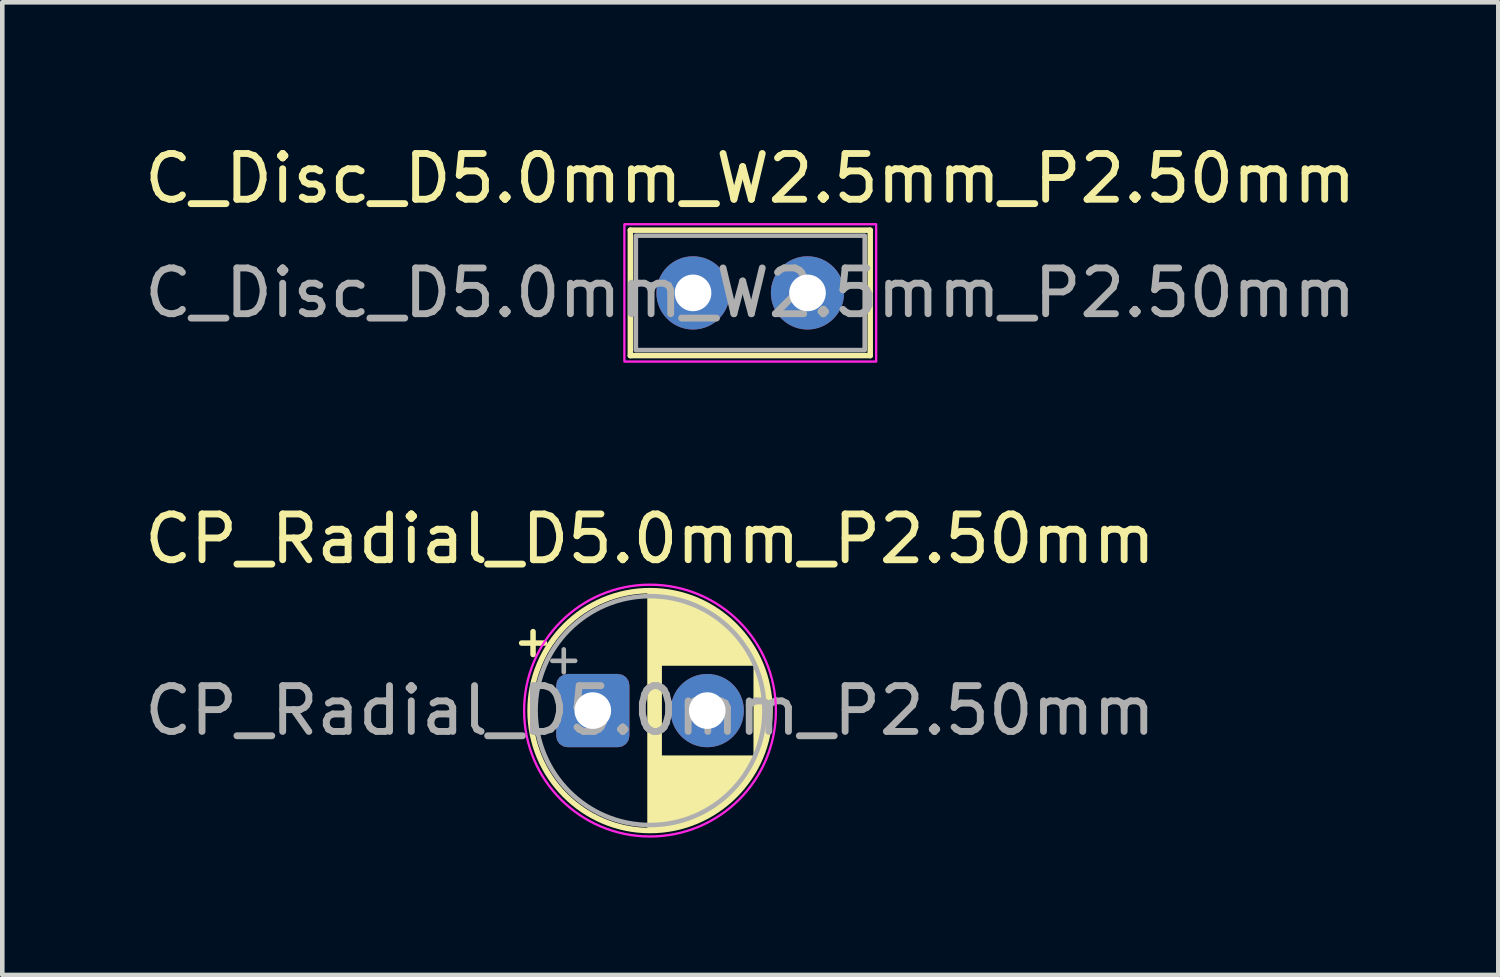
<source format=kicad_pcb>
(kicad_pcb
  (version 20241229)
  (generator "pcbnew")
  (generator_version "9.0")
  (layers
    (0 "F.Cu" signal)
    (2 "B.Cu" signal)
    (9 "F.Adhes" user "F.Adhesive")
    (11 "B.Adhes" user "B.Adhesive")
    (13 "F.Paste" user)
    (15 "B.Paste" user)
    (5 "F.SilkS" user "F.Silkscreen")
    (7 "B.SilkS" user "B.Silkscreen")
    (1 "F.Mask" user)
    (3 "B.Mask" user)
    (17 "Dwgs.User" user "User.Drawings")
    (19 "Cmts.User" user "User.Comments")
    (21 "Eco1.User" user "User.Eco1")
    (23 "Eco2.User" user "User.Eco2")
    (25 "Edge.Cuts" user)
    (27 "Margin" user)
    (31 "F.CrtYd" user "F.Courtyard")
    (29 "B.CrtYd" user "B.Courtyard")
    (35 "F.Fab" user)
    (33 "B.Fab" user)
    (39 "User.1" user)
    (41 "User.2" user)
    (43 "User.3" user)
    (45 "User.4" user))
  (footprint "CP_Radial_D5.0mm_P2.50mm"
    (layer "F.Cu")
    (at 9.899 12.472)
    (property "Reference" "CP_Radial_D5.0mm_P2.50mm" (at 1.25 -3.75 0) (layer "F.SilkS") (effects (font (size 1 1) (thickness 0.15))))
    (attr through_hole)
    (fp_line (start -1.555 -1.475) (end -1.055 -1.475) (stroke (width 0.12) (type solid)) (layer "F.SilkS"))
    (fp_line (start -1.305 -1.725) (end -1.305 -1.225) (stroke (width 0.12) (type solid)) (layer "F.SilkS"))
    (fp_line (start 1.25 -2.58) (end 1.25 2.58) (stroke (width 0.12) (type solid)) (layer "F.SilkS"))
    (fp_line (start 1.29 -2.58) (end 1.29 2.58) (stroke (width 0.12) (type solid)) (layer "F.SilkS"))
    (fp_line (start 1.33 -2.579) (end 1.33 2.579) (stroke (width 0.12) (type solid)) (layer "F.SilkS"))
    (fp_line (start 1.37 -2.577) (end 1.37 2.577) (stroke (width 0.12) (type solid)) (layer "F.SilkS"))
    (fp_line (start 1.41 -2.575) (end 1.41 2.575) (stroke (width 0.12) (type solid)) (layer "F.SilkS"))
    (fp_line (start 1.45 -2.572) (end 1.45 2.572) (stroke (width 0.12) (type solid)) (layer "F.SilkS"))
    (fp_line (start 1.49 -2.569) (end 1.49 -1.04) (stroke (width 0.12) (type solid)) (layer "F.SilkS"))
    (fp_line (start 1.49 1.04) (end 1.49 2.569) (stroke (width 0.12) (type solid)) (layer "F.SilkS"))
    (fp_line (start 1.53 -2.565) (end 1.53 -1.04) (stroke (width 0.12) (type solid)) (layer "F.SilkS"))
    (fp_line (start 1.53 1.04) (end 1.53 2.565) (stroke (width 0.12) (type solid)) (layer "F.SilkS"))
    (fp_line (start 1.57 -2.56) (end 1.57 -1.04) (stroke (width 0.12) (type solid)) (layer "F.SilkS"))
    (fp_line (start 1.57 1.04) (end 1.57 2.56) (stroke (width 0.12) (type solid)) (layer "F.SilkS"))
    (fp_line (start 1.61 -2.555) (end 1.61 -1.04) (stroke (width 0.12) (type solid)) (layer "F.SilkS"))
    (fp_line (start 1.61 1.04) (end 1.61 2.555) (stroke (width 0.12) (type solid)) (layer "F.SilkS"))
    (fp_line (start 1.65 -2.549) (end 1.65 -1.04) (stroke (width 0.12) (type solid)) (layer "F.SilkS"))
    (fp_line (start 1.65 1.04) (end 1.65 2.549) (stroke (width 0.12) (type solid)) (layer "F.SilkS"))
    (fp_line (start 1.69 -2.543) (end 1.69 -1.04) (stroke (width 0.12) (type solid)) (layer "F.SilkS"))
    (fp_line (start 1.69 1.04) (end 1.69 2.543) (stroke (width 0.12) (type solid)) (layer "F.SilkS"))
    (fp_line (start 1.73 -2.536) (end 1.73 -1.04) (stroke (width 0.12) (type solid)) (layer "F.SilkS"))
    (fp_line (start 1.73 1.04) (end 1.73 2.536) (stroke (width 0.12) (type solid)) (layer "F.SilkS"))
    (fp_line (start 1.77 -2.528) (end 1.77 -1.04) (stroke (width 0.12) (type solid)) (layer "F.SilkS"))
    (fp_line (start 1.77 1.04) (end 1.77 2.528) (stroke (width 0.12) (type solid)) (layer "F.SilkS"))
    (fp_line (start 1.81 -2.519) (end 1.81 -1.04) (stroke (width 0.12) (type solid)) (layer "F.SilkS"))
    (fp_line (start 1.81 1.04) (end 1.81 2.519) (stroke (width 0.12) (type solid)) (layer "F.SilkS"))
    (fp_line (start 1.85 -2.51) (end 1.85 -1.04) (stroke (width 0.12) (type solid)) (layer "F.SilkS"))
    (fp_line (start 1.85 1.04) (end 1.85 2.51) (stroke (width 0.12) (type solid)) (layer "F.SilkS"))
    (fp_line (start 1.89 -2.501) (end 1.89 -1.04) (stroke (width 0.12) (type solid)) (layer "F.SilkS"))
    (fp_line (start 1.89 1.04) (end 1.89 2.501) (stroke (width 0.12) (type solid)) (layer "F.SilkS"))
    (fp_line (start 1.93 -2.49) (end 1.93 -1.04) (stroke (width 0.12) (type solid)) (layer "F.SilkS"))
    (fp_line (start 1.93 1.04) (end 1.93 2.49) (stroke (width 0.12) (type solid)) (layer "F.SilkS"))
    (fp_line (start 1.97 -2.479) (end 1.97 -1.04) (stroke (width 0.12) (type solid)) (layer "F.SilkS"))
    (fp_line (start 1.97 1.04) (end 1.97 2.479) (stroke (width 0.12) (type solid)) (layer "F.SilkS"))
    (fp_line (start 2.01 -2.467) (end 2.01 -1.04) (stroke (width 0.12) (type solid)) (layer "F.SilkS"))
    (fp_line (start 2.01 1.04) (end 2.01 2.467) (stroke (width 0.12) (type solid)) (layer "F.SilkS"))
    (fp_line (start 2.05 -2.455) (end 2.05 -1.04) (stroke (width 0.12) (type solid)) (layer "F.SilkS"))
    (fp_line (start 2.05 1.04) (end 2.05 2.455) (stroke (width 0.12) (type solid)) (layer "F.SilkS"))
    (fp_line (start 2.09 -2.442) (end 2.09 -1.04) (stroke (width 0.12) (type solid)) (layer "F.SilkS"))
    (fp_line (start 2.09 1.04) (end 2.09 2.442) (stroke (width 0.12) (type solid)) (layer "F.SilkS"))
    (fp_line (start 2.13 -2.428) (end 2.13 -1.04) (stroke (width 0.12) (type solid)) (layer "F.SilkS"))
    (fp_line (start 2.13 1.04) (end 2.13 2.428) (stroke (width 0.12) (type solid)) (layer "F.SilkS"))
    (fp_line (start 2.17 -2.413) (end 2.17 -1.04) (stroke (width 0.12) (type solid)) (layer "F.SilkS"))
    (fp_line (start 2.17 1.04) (end 2.17 2.413) (stroke (width 0.12) (type solid)) (layer "F.SilkS"))
    (fp_line (start 2.21 -2.398) (end 2.21 -1.04) (stroke (width 0.12) (type solid)) (layer "F.SilkS"))
    (fp_line (start 2.21 1.04) (end 2.21 2.398) (stroke (width 0.12) (type solid)) (layer "F.SilkS"))
    (fp_line (start 2.25 -2.382) (end 2.25 -1.04) (stroke (width 0.12) (type solid)) (layer "F.SilkS"))
    (fp_line (start 2.25 1.04) (end 2.25 2.382) (stroke (width 0.12) (type solid)) (layer "F.SilkS"))
    (fp_line (start 2.29 -2.365) (end 2.29 -1.04) (stroke (width 0.12) (type solid)) (layer "F.SilkS"))
    (fp_line (start 2.29 1.04) (end 2.29 2.365) (stroke (width 0.12) (type solid)) (layer "F.SilkS"))
    (fp_line (start 2.33 -2.347) (end 2.33 -1.04) (stroke (width 0.12) (type solid)) (layer "F.SilkS"))
    (fp_line (start 2.33 1.04) (end 2.33 2.347) (stroke (width 0.12) (type solid)) (layer "F.SilkS"))
    (fp_line (start 2.37 -2.329) (end 2.37 -1.04) (stroke (width 0.12) (type solid)) (layer "F.SilkS"))
    (fp_line (start 2.37 1.04) (end 2.37 2.329) (stroke (width 0.12) (type solid)) (layer "F.SilkS"))
    (fp_line (start 2.41 -2.309) (end 2.41 -1.04) (stroke (width 0.12) (type solid)) (layer "F.SilkS"))
    (fp_line (start 2.41 1.04) (end 2.41 2.309) (stroke (width 0.12) (type solid)) (layer "F.SilkS"))
    (fp_line (start 2.45 -2.289) (end 2.45 -1.04) (stroke (width 0.12) (type solid)) (layer "F.SilkS"))
    (fp_line (start 2.45 1.04) (end 2.45 2.289) (stroke (width 0.12) (type solid)) (layer "F.SilkS"))
    (fp_line (start 2.49 -2.268) (end 2.49 -1.04) (stroke (width 0.12) (type solid)) (layer "F.SilkS"))
    (fp_line (start 2.49 1.04) (end 2.49 2.268) (stroke (width 0.12) (type solid)) (layer "F.SilkS"))
    (fp_line (start 2.53 -2.246) (end 2.53 -1.04) (stroke (width 0.12) (type solid)) (layer "F.SilkS"))
    (fp_line (start 2.53 1.04) (end 2.53 2.246) (stroke (width 0.12) (type solid)) (layer "F.SilkS"))
    (fp_line (start 2.57 -2.223) (end 2.57 -1.04) (stroke (width 0.12) (type solid)) (layer "F.SilkS"))
    (fp_line (start 2.57 1.04) (end 2.57 2.223) (stroke (width 0.12) (type solid)) (layer "F.SilkS"))
    (fp_line (start 2.61 -2.199) (end 2.61 -1.04) (stroke (width 0.12) (type solid)) (layer "F.SilkS"))
    (fp_line (start 2.61 1.04) (end 2.61 2.199) (stroke (width 0.12) (type solid)) (layer "F.SilkS"))
    (fp_line (start 2.65 -2.175) (end 2.65 -1.04) (stroke (width 0.12) (type solid)) (layer "F.SilkS"))
    (fp_line (start 2.65 1.04) (end 2.65 2.175) (stroke (width 0.12) (type solid)) (layer "F.SilkS"))
    (fp_line (start 2.69 -2.149) (end 2.69 -1.04) (stroke (width 0.12) (type solid)) (layer "F.SilkS"))
    (fp_line (start 2.69 1.04) (end 2.69 2.149) (stroke (width 0.12) (type solid)) (layer "F.SilkS"))
    (fp_line (start 2.73 -2.122) (end 2.73 -1.04) (stroke (width 0.12) (type solid)) (layer "F.SilkS"))
    (fp_line (start 2.73 1.04) (end 2.73 2.122) (stroke (width 0.12) (type solid)) (layer "F.SilkS"))
    (fp_line (start 2.77 -2.094) (end 2.77 -1.04) (stroke (width 0.12) (type solid)) (layer "F.SilkS"))
    (fp_line (start 2.77 1.04) (end 2.77 2.094) (stroke (width 0.12) (type solid)) (layer "F.SilkS"))
    (fp_line (start 2.81 -2.065) (end 2.81 -1.04) (stroke (width 0.12) (type solid)) (layer "F.SilkS"))
    (fp_line (start 2.81 1.04) (end 2.81 2.065) (stroke (width 0.12) (type solid)) (layer "F.SilkS"))
    (fp_line (start 2.85 -2.035) (end 2.85 -1.04) (stroke (width 0.12) (type solid)) (layer "F.SilkS"))
    (fp_line (start 2.85 1.04) (end 2.85 2.035) (stroke (width 0.12) (type solid)) (layer "F.SilkS"))
    (fp_line (start 2.89 -2.003) (end 2.89 -1.04) (stroke (width 0.12) (type solid)) (layer "F.SilkS"))
    (fp_line (start 2.89 1.04) (end 2.89 2.003) (stroke (width 0.12) (type solid)) (layer "F.SilkS"))
    (fp_line (start 2.93 -1.97) (end 2.93 -1.04) (stroke (width 0.12) (type solid)) (layer "F.SilkS"))
    (fp_line (start 2.93 1.04) (end 2.93 1.97) (stroke (width 0.12) (type solid)) (layer "F.SilkS"))
    (fp_line (start 2.97 -1.936) (end 2.97 -1.04) (stroke (width 0.12) (type solid)) (layer "F.SilkS"))
    (fp_line (start 2.97 1.04) (end 2.97 1.936) (stroke (width 0.12) (type solid)) (layer "F.SilkS"))
    (fp_line (start 3.01 -1.901) (end 3.01 -1.04) (stroke (width 0.12) (type solid)) (layer "F.SilkS"))
    (fp_line (start 3.01 1.04) (end 3.01 1.901) (stroke (width 0.12) (type solid)) (layer "F.SilkS"))
    (fp_line (start 3.05 -1.864) (end 3.05 -1.04) (stroke (width 0.12) (type solid)) (layer "F.SilkS"))
    (fp_line (start 3.05 1.04) (end 3.05 1.864) (stroke (width 0.12) (type solid)) (layer "F.SilkS"))
    (fp_line (start 3.09 -1.825) (end 3.09 -1.04) (stroke (width 0.12) (type solid)) (layer "F.SilkS"))
    (fp_line (start 3.09 1.04) (end 3.09 1.825) (stroke (width 0.12) (type solid)) (layer "F.SilkS"))
    (fp_line (start 3.13 -1.785) (end 3.13 -1.04) (stroke (width 0.12) (type solid)) (layer "F.SilkS"))
    (fp_line (start 3.13 1.04) (end 3.13 1.785) (stroke (width 0.12) (type solid)) (layer "F.SilkS"))
    (fp_line (start 3.17 -1.743) (end 3.17 -1.04) (stroke (width 0.12) (type solid)) (layer "F.SilkS"))
    (fp_line (start 3.17 1.04) (end 3.17 1.743) (stroke (width 0.12) (type solid)) (layer "F.SilkS"))
    (fp_line (start 3.21 -1.699) (end 3.21 -1.04) (stroke (width 0.12) (type solid)) (layer "F.SilkS"))
    (fp_line (start 3.21 1.04) (end 3.21 1.699) (stroke (width 0.12) (type solid)) (layer "F.SilkS"))
    (fp_line (start 3.25 -1.652) (end 3.25 -1.04) (stroke (width 0.12) (type solid)) (layer "F.SilkS"))
    (fp_line (start 3.25 1.04) (end 3.25 1.652) (stroke (width 0.12) (type solid)) (layer "F.SilkS"))
    (fp_line (start 3.29 -1.604) (end 3.29 -1.04) (stroke (width 0.12) (type solid)) (layer "F.SilkS"))
    (fp_line (start 3.29 1.04) (end 3.29 1.604) (stroke (width 0.12) (type solid)) (layer "F.SilkS"))
    (fp_line (start 3.33 -1.553) (end 3.33 -1.04) (stroke (width 0.12) (type solid)) (layer "F.SilkS"))
    (fp_line (start 3.33 1.04) (end 3.33 1.553) (stroke (width 0.12) (type solid)) (layer "F.SilkS"))
    (fp_line (start 3.37 -1.499) (end 3.37 -1.04) (stroke (width 0.12) (type solid)) (layer "F.SilkS"))
    (fp_line (start 3.37 1.04) (end 3.37 1.499) (stroke (width 0.12) (type solid)) (layer "F.SilkS"))
    (fp_line (start 3.41 -1.443) (end 3.41 -1.04) (stroke (width 0.12) (type solid)) (layer "F.SilkS"))
    (fp_line (start 3.41 1.04) (end 3.41 1.443) (stroke (width 0.12) (type solid)) (layer "F.SilkS"))
    (fp_line (start 3.45 -1.383) (end 3.45 -1.04) (stroke (width 0.12) (type solid)) (layer "F.SilkS"))
    (fp_line (start 3.45 1.04) (end 3.45 1.383) (stroke (width 0.12) (type solid)) (layer "F.SilkS"))
    (fp_line (start 3.49 -1.319) (end 3.49 -1.04) (stroke (width 0.12) (type solid)) (layer "F.SilkS"))
    (fp_line (start 3.49 1.04) (end 3.49 1.319) (stroke (width 0.12) (type solid)) (layer "F.SilkS"))
    (fp_line (start 3.53 -1.251) (end 3.53 -1.04) (stroke (width 0.12) (type solid)) (layer "F.SilkS"))
    (fp_line (start 3.53 1.04) (end 3.53 1.251) (stroke (width 0.12) (type solid)) (layer "F.SilkS"))
    (fp_line (start 3.57 -1.177) (end 3.57 1.177) (stroke (width 0.12) (type solid)) (layer "F.SilkS"))
    (fp_line (start 3.61 -1.098) (end 3.61 1.098) (stroke (width 0.12) (type solid)) (layer "F.SilkS"))
    (fp_line (start 3.65 -1.011) (end 3.65 1.011) (stroke (width 0.12) (type solid)) (layer "F.SilkS"))
    (fp_line (start 3.69 -0.914) (end 3.69 0.914) (stroke (width 0.12) (type solid)) (layer "F.SilkS"))
    (fp_line (start 3.73 -0.805) (end 3.73 0.805) (stroke (width 0.12) (type solid)) (layer "F.SilkS"))
    (fp_line (start 3.77 -0.677) (end 3.77 0.677) (stroke (width 0.12) (type solid)) (layer "F.SilkS"))
    (fp_line (start 3.81 -0.517) (end 3.81 0.517) (stroke (width 0.12) (type solid)) (layer "F.SilkS"))
    (fp_line (start 3.85 -0.283) (end 3.85 0.283) (stroke (width 0.12) (type solid)) (layer "F.SilkS"))
    (fp_circle (center 1.25 0) (end 3.87 0) (stroke (width 0.12) (type solid)) (fill no) (layer "F.SilkS"))
    (fp_circle (center 1.25 0) (end 4 0) (stroke (width 0.05) (type solid)) (fill no) (layer "F.CrtYd"))
    (fp_line (start -0.884 -1.087) (end -0.384 -1.087) (stroke (width 0.1) (type solid)) (layer "F.Fab"))
    (fp_line (start -0.634 -1.337) (end -0.634 -0.838) (stroke (width 0.1) (type solid)) (layer "F.Fab"))
    (fp_circle (center 1.25 0) (end 3.75 0) (stroke (width 0.1) (type solid)) (fill no) (layer "F.Fab"))
    (fp_text user "${REFERENCE}" (at 1.25 0 0) (layer "F.Fab") (effects (font (size 1 1) (thickness 0.15))))
    (pad "1" thru_hole roundrect (at 0 0) (size 1.6 1.6) (drill 0.8) (layers "*.Cu" "*.Mask") (roundrect_rratio 0.156))
    (pad "2" thru_hole circle (at 2.5 0) (size 1.6 1.6) (drill 0.8) (layers "*.Cu" "*.Mask")))
  (footprint "C_Disc_D5.0mm_W2.5mm_P2.50mm"
    (layer "F.Cu")
    (at 12.089 3.348)
    (property "Reference" "C_Disc_D5.0mm_W2.5mm_P2.50mm" (at 1.25 -2.5 0) (layer "F.SilkS") (effects (font (size 1 1) (thickness 0.15))))
    (attr through_hole)
    (fp_line (start -1.37 -1.37) (end 3.87 -1.37) (stroke (width 0.12) (type solid)) (layer "F.SilkS"))
    (fp_line (start -1.37 1.37) (end -1.37 -1.37) (stroke (width 0.12) (type solid)) (layer "F.SilkS"))
    (fp_line (start 3.87 -1.37) (end 3.87 1.37) (stroke (width 0.12) (type solid)) (layer "F.SilkS"))
    (fp_line (start 3.87 1.37) (end -1.37 1.37) (stroke (width 0.12) (type solid)) (layer "F.SilkS"))
    (fp_rect (start -1.5 -1.5) (end 4 1.5) (stroke (width 0.05) (type solid)) (fill no) (layer "F.CrtYd"))
    (fp_rect (start -1.25 -1.25) (end 3.75 1.25) (stroke (width 0.1) (type solid)) (fill no) (layer "F.Fab"))
    (fp_text user "${REFERENCE}" (at 1.25 0 0) (layer "F.Fab") (effects (font (size 1 1) (thickness 0.15))))
    (pad "1" thru_hole circle (at 0 0) (size 1.6 1.6) (drill 0.8) (layers "*.Cu" "*.Mask"))
    (pad "2" thru_hole circle (at 2.5 0) (size 1.6 1.6) (drill 0.8) (layers "*.Cu" "*.Mask")))
  (gr_rect
    (start -3 -3)
    (end 29.679 18.247)
    (stroke (width 0.1) (type default))
    (fill no)
    (layer "Edge.Cuts")))
</source>
